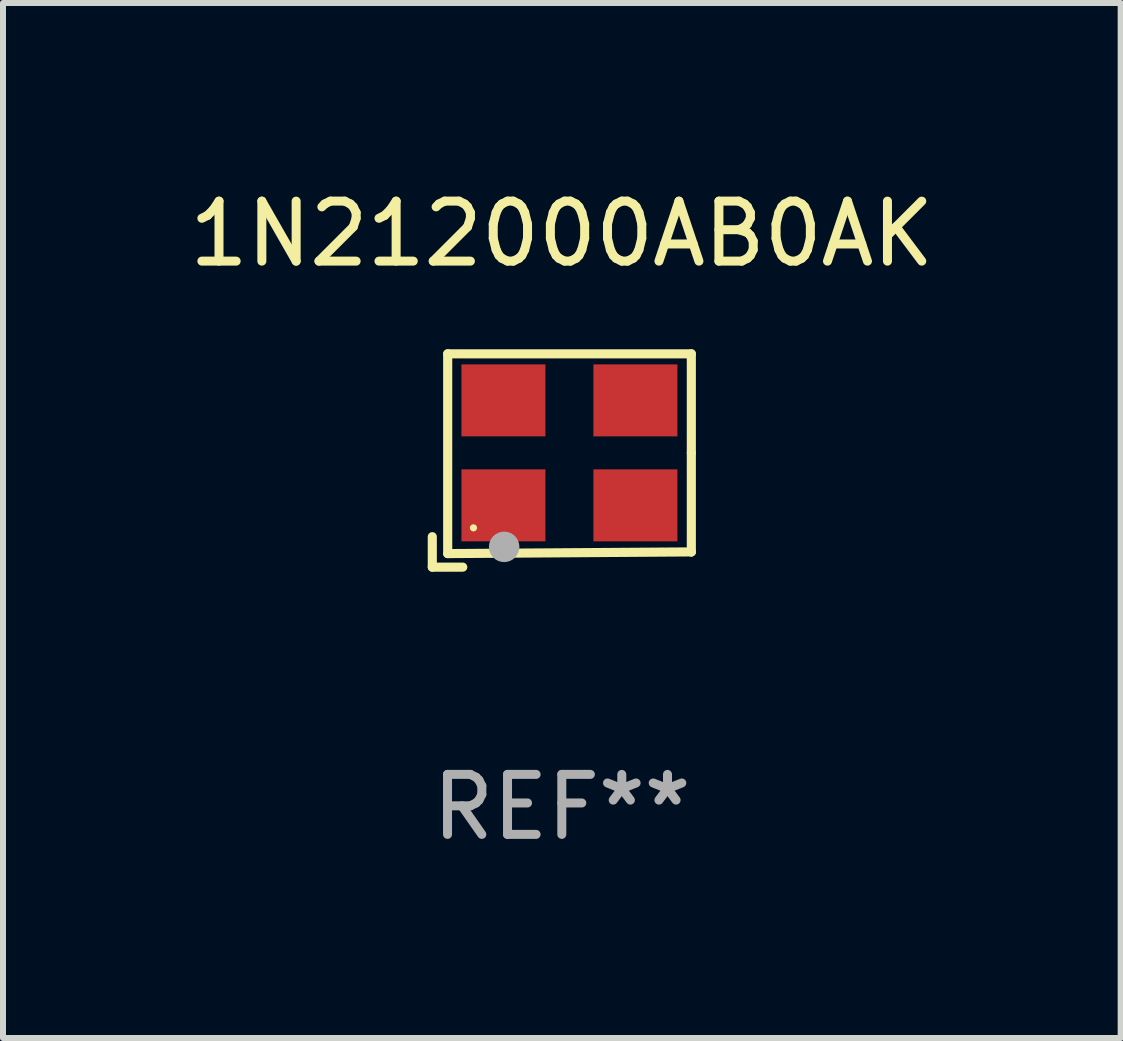
<source format=kicad_pcb>
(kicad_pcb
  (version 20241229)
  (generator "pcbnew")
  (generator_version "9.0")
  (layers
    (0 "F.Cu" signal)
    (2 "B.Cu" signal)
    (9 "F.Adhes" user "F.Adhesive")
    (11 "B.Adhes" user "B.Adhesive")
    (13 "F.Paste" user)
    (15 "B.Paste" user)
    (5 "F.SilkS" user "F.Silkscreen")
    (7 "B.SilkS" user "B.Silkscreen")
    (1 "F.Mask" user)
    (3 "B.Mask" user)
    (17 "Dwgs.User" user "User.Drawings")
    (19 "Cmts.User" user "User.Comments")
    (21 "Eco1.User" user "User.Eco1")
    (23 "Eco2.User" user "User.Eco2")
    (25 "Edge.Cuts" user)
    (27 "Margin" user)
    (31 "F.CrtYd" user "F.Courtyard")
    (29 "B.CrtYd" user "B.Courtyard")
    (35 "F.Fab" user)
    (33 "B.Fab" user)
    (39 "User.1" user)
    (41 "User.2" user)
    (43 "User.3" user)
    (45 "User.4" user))
  (footprint "1N212000AB0AK"
    (layer "F.Cu")
    (at 6.315 4.626)
    (property "Reference" "1N212000AB0AK" (at 0 -3.778 0) (layer "F.SilkS") (effects (font (size 1 1) (thickness 0.15))))
    (attr through_hole)
    (fp_line (start -2.159 1.27) (end -2.159 1.778) (stroke (width 0.152) (type solid)) (layer "F.SilkS"))
    (fp_line (start -2.159 1.778) (end -1.651 1.778) (stroke (width 0.152) (type solid)) (layer "F.SilkS"))
    (fp_line (start -1.902 -1.778) (end 2.159 -1.778) (stroke (width 0.152) (type solid)) (layer "F.SilkS"))
    (fp_line (start -1.902 1.552) (end -1.902 -1.778) (stroke (width 0.152) (type solid)) (layer "F.SilkS"))
    (fp_line (start 2.159 -1.778) (end 2.159 -0.127) (stroke (width 0.152) (type solid)) (layer "F.SilkS"))
    (fp_line (start 2.159 -0.127) (end 2.159 1.524) (stroke (width 0.152) (type solid)) (layer "F.SilkS"))
    (fp_line (start 2.159 1.524) (end -1.902 1.552) (stroke (width 0.152) (type solid)) (layer "F.SilkS"))
    (fp_line (start 2.159 1.524) (end 2.159 1.524) (stroke (width 0.152) (type solid)) (layer "F.SilkS"))
    (fp_circle (center -1.473 1.123) (end -1.443 1.123) (stroke (width 0.06) (type solid)) (fill no) (layer "F.SilkS"))
    (fp_circle (center -0.961 1.44) (end -0.834 1.44) (stroke (width 0.254) (type solid)) (fill no) (layer "F.Fab"))
    (fp_text user "REF**" (at 0 5.778 0) (layer "F.Fab") (effects (font (size 1 1) (thickness 0.15))))
    (pad "1" smd rect (at -0.973 0.748) (size 1.4 1.2) (layers "F.Cu" "F.Mask" "F.Paste"))
    (pad "2" smd rect (at 1.227 0.748) (size 1.4 1.2) (layers "F.Cu" "F.Mask" "F.Paste"))
    (pad "3" smd rect (at 1.227 -1.002) (size 1.4 1.2) (layers "F.Cu" "F.Mask" "F.Paste"))
    (pad "4" smd rect (at -0.973 -1.002) (size 1.4 1.2) (layers "F.Cu" "F.Mask" "F.Paste")))
  (gr_rect
    (start -3 -3)
    (end 15.631 14.253)
    (stroke (width 0.1) (type default))
    (fill no)
    (layer "Edge.Cuts")))
</source>
